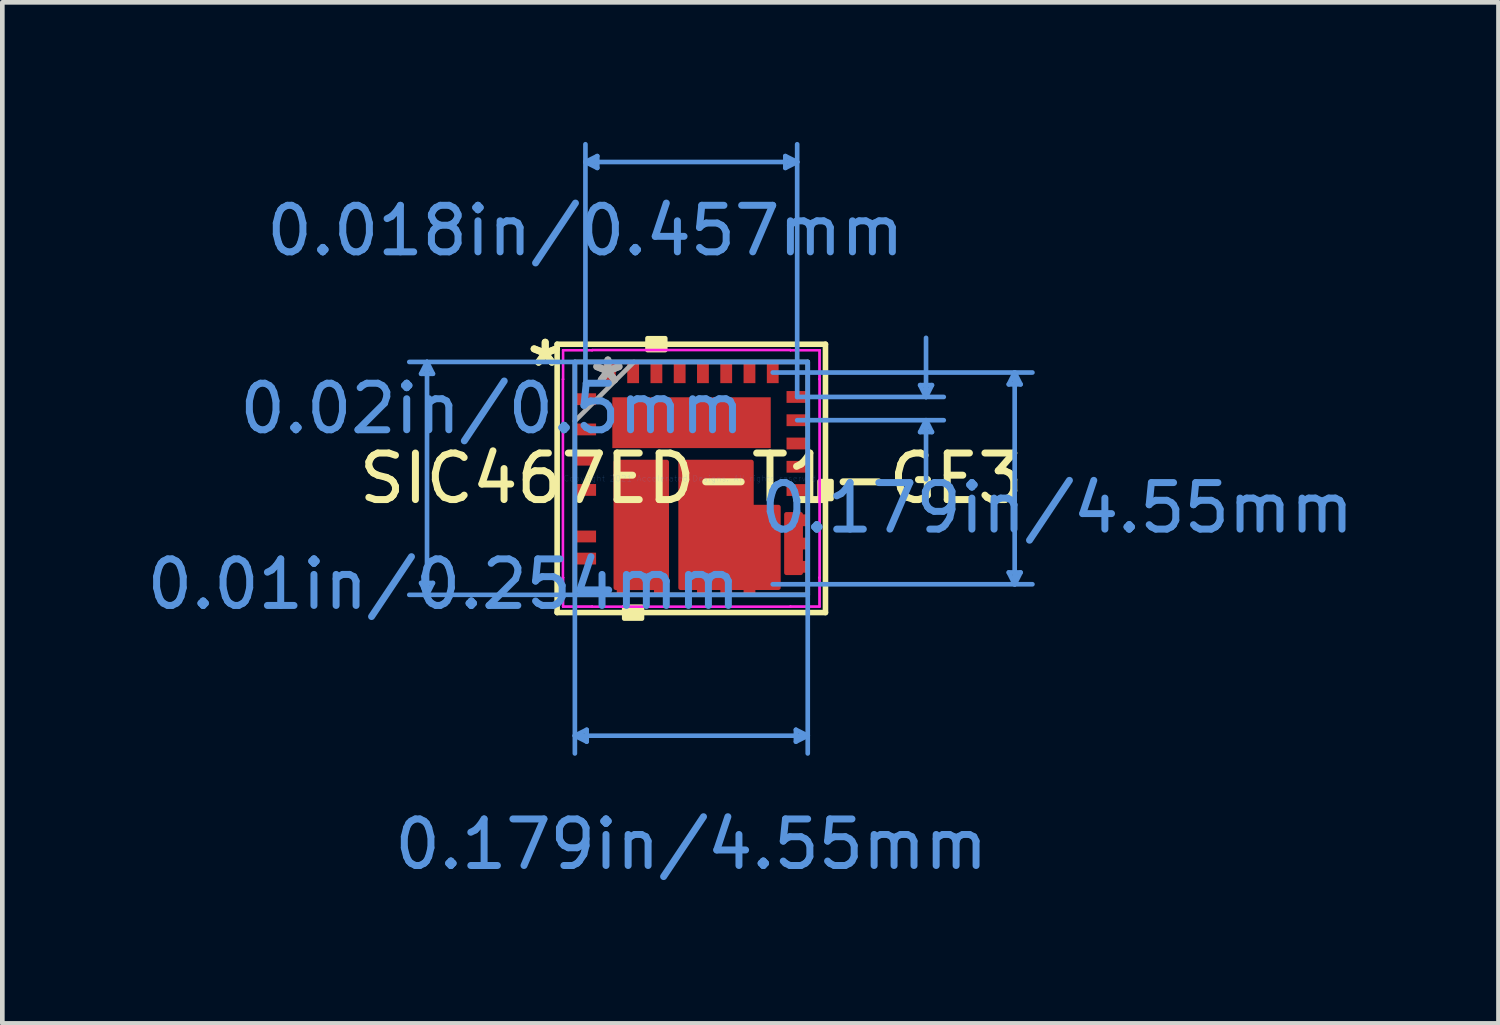
<source format=kicad_pcb>
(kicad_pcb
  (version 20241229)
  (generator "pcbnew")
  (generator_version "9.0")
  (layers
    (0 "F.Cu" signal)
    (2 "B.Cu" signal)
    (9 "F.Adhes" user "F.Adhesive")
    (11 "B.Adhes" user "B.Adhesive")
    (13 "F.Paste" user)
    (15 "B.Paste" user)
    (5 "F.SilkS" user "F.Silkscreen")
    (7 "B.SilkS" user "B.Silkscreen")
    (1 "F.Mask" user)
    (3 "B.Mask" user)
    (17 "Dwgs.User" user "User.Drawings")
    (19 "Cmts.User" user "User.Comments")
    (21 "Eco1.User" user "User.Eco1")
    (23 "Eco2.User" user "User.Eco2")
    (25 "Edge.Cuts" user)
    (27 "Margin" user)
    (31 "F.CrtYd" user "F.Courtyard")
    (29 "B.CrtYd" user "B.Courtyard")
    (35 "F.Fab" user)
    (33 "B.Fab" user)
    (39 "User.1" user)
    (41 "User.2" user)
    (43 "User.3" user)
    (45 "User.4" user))
  (footprint "SIC467ED-T1-GE3"
    (layer "F.Cu")
    (at 11.805 7.23)
    (property "Reference" "SIC467ED-T1-GE3" (at 0 0 0) (layer "F.SilkS") (effects (font (size 1 1) (thickness 0.15))))
    (attr through_hole)
    (fp_poly (pts (xy -1.621 -0.351) (xy -0.529 -0.351) (xy -0.529 2.349) (xy -1.621 2.349)) (stroke (width 0.1) (type solid)) (fill yes) (layer "F.Cu"))
    (fp_poly (pts (xy 2.045 0.773) (xy 2.349 0.773) (xy 2.349 2.027) (xy 2.045 2.027)) (stroke (width 0.1) (type solid)) (fill yes) (layer "F.Cu"))
    (fp_poly (pts (xy -0.229 -0.351) (xy 1.291 -0.351) (xy 1.291 0.618) (xy 1.871 0.618) (xy 1.871 2.348) (xy -0.229 2.349)) (stroke (width 0.1) (type solid)) (fill yes) (layer "F.Cu"))
    (fp_poly (pts (xy -1.621 -0.351) (xy -0.529 -0.351) (xy -0.529 2.349) (xy -1.621 2.349)) (stroke (width 0.1) (type solid)) (fill yes) (layer "F.Mask"))
    (fp_poly (pts (xy 2.045 0.773) (xy 2.349 0.773) (xy 2.349 2.027) (xy 2.045 2.027)) (stroke (width 0.1) (type solid)) (fill yes) (layer "F.Mask"))
    (fp_poly (pts (xy 1.291 -0.351) (xy 1.291 0.618) (xy 1.871 0.618) (xy 1.871 2.348) (xy -0.229 2.349) (xy -0.229 -0.351)) (stroke (width 0.1) (type solid)) (fill yes) (layer "F.Mask"))
    (fp_line (start -2.883 -2.883) (end -2.883 2.883) (stroke (width 0.12) (type solid)) (layer "F.SilkS"))
    (fp_line (start -2.883 2.883) (end 2.883 2.883) (stroke (width 0.12) (type solid)) (layer "F.SilkS"))
    (fp_line (start 2.883 -2.883) (end -2.883 -2.883) (stroke (width 0.12) (type solid)) (layer "F.SilkS"))
    (fp_line (start 2.883 2.883) (end 2.883 -2.883) (stroke (width 0.12) (type solid)) (layer "F.SilkS"))
    (fp_poly (pts (xy -1.441 2.758) (xy -1.441 3.012) (xy -1.06 3.012) (xy -1.06 2.758)) (stroke (width 0.1) (type solid)) (fill yes) (layer "F.SilkS"))
    (fp_poly (pts (xy -0.941 -2.758) (xy -0.941 -3.012) (xy -0.56 -3.012) (xy -0.56 -2.758)) (stroke (width 0.1) (type solid)) (fill yes) (layer "F.SilkS"))
    (fp_poly (pts (xy 3.012 0.059) (xy 3.012 0.441) (xy 2.758 0.441) (xy 2.758 0.059)) (stroke (width 0.1) (type solid)) (fill yes) (layer "F.SilkS"))
    (fp_poly (pts (xy -1.621 -0.351) (xy -0.529 -0.351) (xy -0.529 2.349) (xy -1.621 2.349)) (stroke (width 0.1) (type solid)) (fill yes) (layer "F.Paste"))
    (fp_poly (pts (xy 2.045 0.773) (xy 2.349 0.773) (xy 2.349 2.027) (xy 2.045 2.027)) (stroke (width 0.1) (type solid)) (fill yes) (layer "F.Paste"))
    (fp_poly (pts (xy -0.229 -0.351) (xy 1.291 -0.351) (xy 1.291 0.618) (xy 1.871 0.618) (xy 1.871 2.348) (xy -0.229 2.349)) (stroke (width 0.1) (type solid)) (fill yes) (layer "F.Paste"))
    (fp_line (start -5.806 -2.248) (end -5.552 -2.248) (stroke (width 0.1) (type solid)) (layer "Cmts.User"))
    (fp_line (start -5.806 2.248) (end -5.552 2.248) (stroke (width 0.1) (type solid)) (layer "Cmts.User"))
    (fp_line (start -5.679 -2.502) (end -5.806 -2.248) (stroke (width 0.1) (type solid)) (layer "Cmts.User"))
    (fp_line (start -5.679 -2.502) (end -5.679 2.502) (stroke (width 0.1) (type solid)) (layer "Cmts.User"))
    (fp_line (start -5.679 -2.502) (end -5.552 -2.248) (stroke (width 0.1) (type solid)) (layer "Cmts.User"))
    (fp_line (start -5.679 2.502) (end -5.806 2.248) (stroke (width 0.1) (type solid)) (layer "Cmts.User"))
    (fp_line (start -5.679 2.502) (end -5.552 2.248) (stroke (width 0.1) (type solid)) (layer "Cmts.User"))
    (fp_line (start -2.502 -2.502) (end -2.502 5.91) (stroke (width 0.1) (type solid)) (layer "Cmts.User"))
    (fp_line (start -2.502 5.529) (end -2.248 5.402) (stroke (width 0.1) (type solid)) (layer "Cmts.User"))
    (fp_line (start -2.502 5.529) (end -2.248 5.656) (stroke (width 0.1) (type solid)) (layer "Cmts.User"))
    (fp_line (start -2.502 5.529) (end 2.502 5.529) (stroke (width 0.1) (type solid)) (layer "Cmts.User"))
    (fp_line (start -2.275 -6.799) (end -2.021 -6.926) (stroke (width 0.1) (type solid)) (layer "Cmts.User"))
    (fp_line (start -2.275 -6.799) (end -2.021 -6.672) (stroke (width 0.1) (type solid)) (layer "Cmts.User"))
    (fp_line (start -2.275 -6.799) (end 2.275 -6.799) (stroke (width 0.1) (type solid)) (layer "Cmts.User"))
    (fp_line (start -2.275 -1.75) (end -2.275 -7.18) (stroke (width 0.1) (type solid)) (layer "Cmts.User"))
    (fp_line (start -2.248 5.402) (end -2.248 5.656) (stroke (width 0.1) (type solid)) (layer "Cmts.User"))
    (fp_line (start -2.021 -6.926) (end -2.021 -6.672) (stroke (width 0.1) (type solid)) (layer "Cmts.User"))
    (fp_line (start 1.75 -2.275) (end 7.33 -2.275) (stroke (width 0.1) (type solid)) (layer "Cmts.User"))
    (fp_line (start 1.75 2.275) (end 7.33 2.275) (stroke (width 0.1) (type solid)) (layer "Cmts.User"))
    (fp_line (start 2.021 -6.926) (end 2.021 -6.672) (stroke (width 0.1) (type solid)) (layer "Cmts.User"))
    (fp_line (start 2.248 5.402) (end 2.248 5.656) (stroke (width 0.1) (type solid)) (layer "Cmts.User"))
    (fp_line (start 2.275 -6.799) (end 2.021 -6.926) (stroke (width 0.1) (type solid)) (layer "Cmts.User"))
    (fp_line (start 2.275 -6.799) (end 2.021 -6.672) (stroke (width 0.1) (type solid)) (layer "Cmts.User"))
    (fp_line (start 2.275 -1.75) (end 2.275 -7.18) (stroke (width 0.1) (type solid)) (layer "Cmts.User"))
    (fp_line (start 2.275 -1.75) (end 5.425 -1.75) (stroke (width 0.1) (type solid)) (layer "Cmts.User"))
    (fp_line (start 2.275 -1.25) (end 5.425 -1.25) (stroke (width 0.1) (type solid)) (layer "Cmts.User"))
    (fp_line (start 2.502 -2.502) (end -6.06 -2.502) (stroke (width 0.1) (type solid)) (layer "Cmts.User"))
    (fp_line (start 2.502 -2.502) (end 2.502 5.91) (stroke (width 0.1) (type solid)) (layer "Cmts.User"))
    (fp_line (start 2.502 2.502) (end -6.06 2.502) (stroke (width 0.1) (type solid)) (layer "Cmts.User"))
    (fp_line (start 2.502 5.529) (end 2.248 5.402) (stroke (width 0.1) (type solid)) (layer "Cmts.User"))
    (fp_line (start 2.502 5.529) (end 2.248 5.656) (stroke (width 0.1) (type solid)) (layer "Cmts.User"))
    (fp_line (start 4.917 -2.004) (end 5.171 -2.004) (stroke (width 0.1) (type solid)) (layer "Cmts.User"))
    (fp_line (start 4.917 -0.996) (end 5.171 -0.996) (stroke (width 0.1) (type solid)) (layer "Cmts.User"))
    (fp_line (start 5.044 -1.75) (end 4.917 -2.004) (stroke (width 0.1) (type solid)) (layer "Cmts.User"))
    (fp_line (start 5.044 -1.75) (end 5.044 -3.02) (stroke (width 0.1) (type solid)) (layer "Cmts.User"))
    (fp_line (start 5.044 -1.75) (end 5.171 -2.004) (stroke (width 0.1) (type solid)) (layer "Cmts.User"))
    (fp_line (start 5.044 -1.25) (end 4.917 -0.996) (stroke (width 0.1) (type solid)) (layer "Cmts.User"))
    (fp_line (start 5.044 -1.25) (end 5.044 0.02) (stroke (width 0.1) (type solid)) (layer "Cmts.User"))
    (fp_line (start 5.044 -1.25) (end 5.171 -0.996) (stroke (width 0.1) (type solid)) (layer "Cmts.User"))
    (fp_line (start 6.822 -2.021) (end 7.076 -2.021) (stroke (width 0.1) (type solid)) (layer "Cmts.User"))
    (fp_line (start 6.822 2.021) (end 7.076 2.021) (stroke (width 0.1) (type solid)) (layer "Cmts.User"))
    (fp_line (start 6.949 -2.275) (end 6.822 -2.021) (stroke (width 0.1) (type solid)) (layer "Cmts.User"))
    (fp_line (start 6.949 -2.275) (end 6.949 2.275) (stroke (width 0.1) (type solid)) (layer "Cmts.User"))
    (fp_line (start 6.949 -2.275) (end 7.076 -2.021) (stroke (width 0.1) (type solid)) (layer "Cmts.User"))
    (fp_line (start 6.949 2.275) (end 6.822 2.021) (stroke (width 0.1) (type solid)) (layer "Cmts.User"))
    (fp_line (start 6.949 2.275) (end 7.076 2.021) (stroke (width 0.1) (type solid)) (layer "Cmts.User"))
    (fp_line (start -2.758 -2.131) (end -2.756 -2.131) (stroke (width 0.05) (type solid)) (layer "F.CrtYd"))
    (fp_line (start -2.758 -2.131) (end -2.756 -2.131) (stroke (width 0.05) (type solid)) (layer "F.CrtYd"))
    (fp_line (start -2.758 2.131) (end -2.758 -2.131) (stroke (width 0.05) (type solid)) (layer "F.CrtYd"))
    (fp_line (start -2.758 2.131) (end -2.758 -2.131) (stroke (width 0.05) (type solid)) (layer "F.CrtYd"))
    (fp_line (start -2.756 -2.756) (end -2.131 -2.756) (stroke (width 0.05) (type solid)) (layer "F.CrtYd"))
    (fp_line (start -2.756 -2.756) (end -2.131 -2.756) (stroke (width 0.05) (type solid)) (layer "F.CrtYd"))
    (fp_line (start -2.756 -2.131) (end -2.756 -2.756) (stroke (width 0.05) (type solid)) (layer "F.CrtYd"))
    (fp_line (start -2.756 -2.131) (end -2.756 -2.756) (stroke (width 0.05) (type solid)) (layer "F.CrtYd"))
    (fp_line (start -2.756 2.131) (end -2.758 2.131) (stroke (width 0.05) (type solid)) (layer "F.CrtYd"))
    (fp_line (start -2.756 2.131) (end -2.758 2.131) (stroke (width 0.05) (type solid)) (layer "F.CrtYd"))
    (fp_line (start -2.756 2.756) (end -2.756 2.131) (stroke (width 0.05) (type solid)) (layer "F.CrtYd"))
    (fp_line (start -2.756 2.756) (end -2.756 2.131) (stroke (width 0.05) (type solid)) (layer "F.CrtYd"))
    (fp_line (start -2.131 -2.758) (end 2.131 -2.758) (stroke (width 0.05) (type solid)) (layer "F.CrtYd"))
    (fp_line (start -2.131 -2.758) (end 2.131 -2.758) (stroke (width 0.05) (type solid)) (layer "F.CrtYd"))
    (fp_line (start -2.131 -2.756) (end -2.131 -2.758) (stroke (width 0.05) (type solid)) (layer "F.CrtYd"))
    (fp_line (start -2.131 -2.756) (end -2.131 -2.758) (stroke (width 0.05) (type solid)) (layer "F.CrtYd"))
    (fp_line (start -2.131 2.756) (end -2.756 2.756) (stroke (width 0.05) (type solid)) (layer "F.CrtYd"))
    (fp_line (start -2.131 2.756) (end -2.756 2.756) (stroke (width 0.05) (type solid)) (layer "F.CrtYd"))
    (fp_line (start -2.131 2.758) (end -2.131 2.756) (stroke (width 0.05) (type solid)) (layer "F.CrtYd"))
    (fp_line (start -2.131 2.758) (end -2.131 2.756) (stroke (width 0.05) (type solid)) (layer "F.CrtYd"))
    (fp_line (start 2.131 -2.758) (end 2.131 -2.756) (stroke (width 0.05) (type solid)) (layer "F.CrtYd"))
    (fp_line (start 2.131 -2.758) (end 2.131 -2.756) (stroke (width 0.05) (type solid)) (layer "F.CrtYd"))
    (fp_line (start 2.131 -2.756) (end 2.756 -2.756) (stroke (width 0.05) (type solid)) (layer "F.CrtYd"))
    (fp_line (start 2.131 -2.756) (end 2.756 -2.756) (stroke (width 0.05) (type solid)) (layer "F.CrtYd"))
    (fp_line (start 2.131 2.756) (end 2.131 2.758) (stroke (width 0.05) (type solid)) (layer "F.CrtYd"))
    (fp_line (start 2.131 2.756) (end 2.131 2.758) (stroke (width 0.05) (type solid)) (layer "F.CrtYd"))
    (fp_line (start 2.131 2.758) (end -2.131 2.758) (stroke (width 0.05) (type solid)) (layer "F.CrtYd"))
    (fp_line (start 2.131 2.758) (end -2.131 2.758) (stroke (width 0.05) (type solid)) (layer "F.CrtYd"))
    (fp_line (start 2.756 -2.756) (end 2.756 -2.131) (stroke (width 0.05) (type solid)) (layer "F.CrtYd"))
    (fp_line (start 2.756 -2.756) (end 2.756 -2.131) (stroke (width 0.05) (type solid)) (layer "F.CrtYd"))
    (fp_line (start 2.756 -2.131) (end 2.758 -2.131) (stroke (width 0.05) (type solid)) (layer "F.CrtYd"))
    (fp_line (start 2.756 -2.131) (end 2.758 -2.131) (stroke (width 0.05) (type solid)) (layer "F.CrtYd"))
    (fp_line (start 2.756 2.131) (end 2.756 2.756) (stroke (width 0.05) (type solid)) (layer "F.CrtYd"))
    (fp_line (start 2.756 2.131) (end 2.756 2.756) (stroke (width 0.05) (type solid)) (layer "F.CrtYd"))
    (fp_line (start 2.756 2.756) (end 2.131 2.756) (stroke (width 0.05) (type solid)) (layer "F.CrtYd"))
    (fp_line (start 2.756 2.756) (end 2.131 2.756) (stroke (width 0.05) (type solid)) (layer "F.CrtYd"))
    (fp_line (start 2.758 -2.131) (end 2.758 2.131) (stroke (width 0.05) (type solid)) (layer "F.CrtYd"))
    (fp_line (start 2.758 -2.131) (end 2.758 2.131) (stroke (width 0.05) (type solid)) (layer "F.CrtYd"))
    (fp_line (start 2.758 2.131) (end 2.756 2.131) (stroke (width 0.05) (type solid)) (layer "F.CrtYd"))
    (fp_line (start 2.758 2.131) (end 2.756 2.131) (stroke (width 0.05) (type solid)) (layer "F.CrtYd"))
    (fp_line (start -2.502 -2.502) (end -2.502 2.502) (stroke (width 0.1) (type solid)) (layer "F.Fab"))
    (fp_line (start -2.502 -1.232) (end -1.232 -2.502) (stroke (width 0.1) (type solid)) (layer "F.Fab"))
    (fp_line (start -2.502 2.502) (end 2.502 2.502) (stroke (width 0.1) (type solid)) (layer "F.Fab"))
    (fp_line (start 2.502 -2.502) (end -2.502 -2.502) (stroke (width 0.1) (type solid)) (layer "F.Fab"))
    (fp_line (start 2.502 2.502) (end 2.502 -2.502) (stroke (width 0.1) (type solid)) (layer "F.Fab"))
    (fp_text user "*" (at -3.139 -2.381 0) (layer "F.SilkS") (effects (font (size 1 1) (thickness 0.15))))
    (fp_text user "*" (at -3.139 -2.381 0) (layer "F.SilkS") (effects (font (size 1 1) (thickness 0.15))))
    (fp_text user "0.01in/0.254mm" (at -5.323 2.275 0) (layer "Cmts.User") (effects (font (size 1 1) (thickness 0.15))))
    (fp_text user "0.179in/4.55mm" (at 0 7.863 0) (layer "Cmts.User") (effects (font (size 1 1) (thickness 0.15))))
    (fp_text user "Copyright 2021 Accelerated Designs. All rights reserved." (at 0 0 0) (layer "Cmts.User") (effects (font (size 0.127 0.127) (thickness 0.002))))
    (fp_text user "0.179in/4.55mm" (at 7.863 0.635 0) (layer "Cmts.User") (effects (font (size 1 1) (thickness 0.15))))
    (fp_text user "0.018in/0.457mm" (at -2.275 -5.323 0) (layer "Cmts.User") (effects (font (size 1 1) (thickness 0.15))))
    (fp_text user "0.02in/0.5mm" (at -4.282 -1.5 0) (layer "Cmts.User") (effects (font (size 1 1) (thickness 0.15))))
    (fp_text user "*" (at -1.792 -2 0) (layer "F.Fab") (effects (font (size 1 1) (thickness 0.15))))
    (fp_text user "*" (at -1.792 -2 0) (layer "F.Fab") (effects (font (size 1 1) (thickness 0.15))))
    (pad "1" smd rect (at -2.275 -1.702 90) (size 0.254 0.457) (layers "F.Cu" "F.Mask" "F.Paste"))
    (pad "2" smd rect (at -2.275 -1.052 90) (size 0.254 0.457) (layers "F.Cu" "F.Mask" "F.Paste"))
    (pad "3" smd rect (at -2.275 -0.402 90) (size 0.254 0.457) (layers "F.Cu" "F.Mask" "F.Paste"))
    (pad "4" smd rect (at -2.275 0.248 90) (size 0.254 0.457) (layers "F.Cu" "F.Mask" "F.Paste"))
    (pad "5" smd rect (at -2.275 1.248 90) (size 0.254 0.457) (layers "F.Cu" "F.Mask" "F.Paste"))
    (pad "6" smd rect (at -2.275 1.723 90) (size 0.254 0.457) (layers "F.Cu" "F.Mask" "F.Paste"))
    (pad "7" smd rect (at -1.475 2.426) (size 0.254 0.152) (layers "F.Cu" "F.Mask" "F.Paste"))
    (pad "8" smd rect (at -0.675 2.426) (size 0.254 0.152) (layers "F.Cu" "F.Mask" "F.Paste"))
    (pad "9" smd rect (at 0.25 2.426) (size 0.254 0.152) (layers "F.Cu" "F.Mask" "F.Paste"))
    (pad "10" smd rect (at 0.75 2.426) (size 0.254 0.152) (layers "F.Cu" "F.Mask" "F.Paste"))
    (pad "11" smd rect (at 1.25 2.426) (size 0.254 0.152) (layers "F.Cu" "F.Mask" "F.Paste"))
    (pad "12" smd rect (at 2.426 1.9 90) (size 0.254 0.152) (layers "F.Cu" "F.Mask" "F.Paste"))
    (pad "13" smd rect (at 2.426 1.4 90) (size 0.254 0.152) (layers "F.Cu" "F.Mask" "F.Paste"))
    (pad "14" smd rect (at 2.426 0.9 90) (size 0.254 0.152) (layers "F.Cu" "F.Mask" "F.Paste"))
    (pad "15" smd rect (at 2.275 0.25 90) (size 0.254 0.457) (layers "F.Cu" "F.Mask" "F.Paste"))
    (pad "16" smd rect (at 2.275 -0.25 90) (size 0.254 0.457) (layers "F.Cu" "F.Mask" "F.Paste"))
    (pad "17" smd rect (at 2.275 -0.75 90) (size 0.254 0.457) (layers "F.Cu" "F.Mask" "F.Paste"))
    (pad "18" smd rect (at 2.275 -1.25 90) (size 0.254 0.457) (layers "F.Cu" "F.Mask" "F.Paste"))
    (pad "19" smd rect (at 2.275 -1.75 90) (size 0.254 0.457) (layers "F.Cu" "F.Mask" "F.Paste"))
    (pad "20" smd rect (at 1.75 -2.275) (size 0.254 0.457) (layers "F.Cu" "F.Mask" "F.Paste"))
    (pad "21" smd rect (at 1.25 -2.275) (size 0.254 0.457) (layers "F.Cu" "F.Mask" "F.Paste"))
    (pad "22" smd rect (at 0.75 -2.275) (size 0.254 0.457) (layers "F.Cu" "F.Mask" "F.Paste"))
    (pad "23" smd rect (at 0.25 -2.275) (size 0.254 0.457) (layers "F.Cu" "F.Mask" "F.Paste"))
    (pad "24" smd rect (at -0.25 -2.275) (size 0.254 0.457) (layers "F.Cu" "F.Mask" "F.Paste"))
    (pad "25" smd rect (at -0.75 -2.275) (size 0.254 0.457) (layers "F.Cu" "F.Mask" "F.Paste"))
    (pad "26" smd rect (at -1.25 -2.275) (size 0.254 0.457) (layers "F.Cu" "F.Mask" "F.Paste"))
    (pad "27" smd rect (at -1.75 -2.275) (size 0.254 0.457) (layers "F.Cu" "F.Mask" "F.Paste"))
    (pad "28" smd rect (at 0.005 -1.197) (size 3.404 1.092) (layers "F.Cu" "F.Mask" "F.Paste"))
    (pad "29" smd circle (at -1.27 1.27) (size 0.127 0.127) (layers "F.Cu" "F.Mask" "F.Paste"))
    (pad "30" smd circle (at 0.635 1.27) (size 0.127 0.127) (layers "F.Cu" "F.Mask" "F.Paste")))
  (gr_rect
    (start -3 -3)
    (end 29.15 18.941)
    (stroke (width 0.1) (type default))
    (fill no)
    (layer "Edge.Cuts")))
</source>
